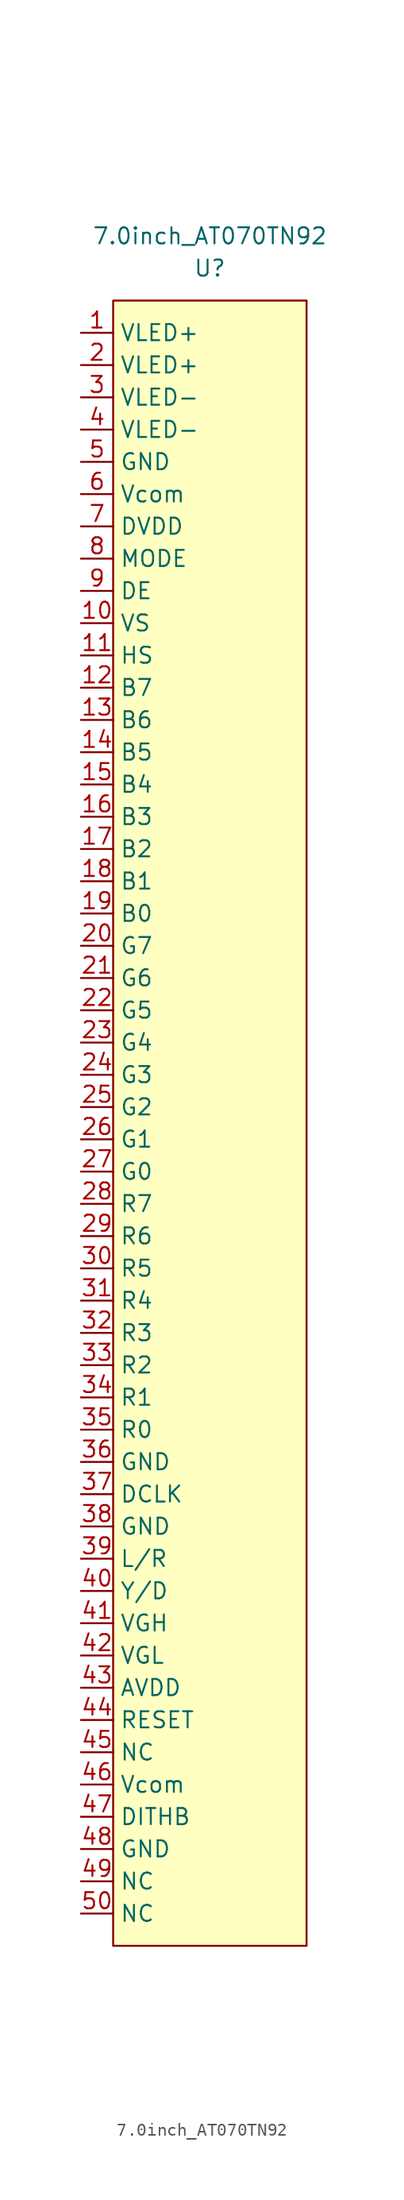
<source format=kicad_sym>
(kicad_symbol_lib
  (version 20220914)
  (generator kicad_symbol_editor)
  (symbol "7.0inch_AT070TN92"
    (property "Reference" "U"
      (at 10.16 5.08 0)
      (effects (font (size 1.27 1.27))))
    (property "Value" "7.0inch_AT070TN92"
      (at 10.16 7.62 0)
      (effects (font (size 1.27 1.27))))
    (symbol "7.0inch_AT070TN92_0_0"
      (pin passive line (at 0 0 0) (length 2.54) (name "VLED+" (effects (font (size 1.27 1.27)))) (number "1" (effects (font (size 1.27 1.27)))))
      (pin passive line (at 0 -22.86 0) (length 2.54) (name "VS" (effects (font (size 1.27 1.27)))) (number "10" (effects (font (size 1.27 1.27)))))
      (pin passive line (at 0 -25.4 0) (length 2.54) (name "HS" (effects (font (size 1.27 1.27)))) (number "11" (effects (font (size 1.27 1.27)))))
      (pin passive line (at 0 -27.94 0) (length 2.54) (name "B7" (effects (font (size 1.27 1.27)))) (number "12" (effects (font (size 1.27 1.27)))))
      (pin passive line (at 0 -30.48 0) (length 2.54) (name "B6" (effects (font (size 1.27 1.27)))) (number "13" (effects (font (size 1.27 1.27)))))
      (pin passive line (at 0 -33.02 0) (length 2.54) (name "B5" (effects (font (size 1.27 1.27)))) (number "14" (effects (font (size 1.27 1.27)))))
      (pin passive line (at 0 -35.56 0) (length 2.54) (name "B4" (effects (font (size 1.27 1.27)))) (number "15" (effects (font (size 1.27 1.27)))))
      (pin passive line (at 0 -38.1 0) (length 2.54) (name "B3" (effects (font (size 1.27 1.27)))) (number "16" (effects (font (size 1.27 1.27)))))
      (pin passive line (at 0 -40.64 0) (length 2.54) (name "B2" (effects (font (size 1.27 1.27)))) (number "17" (effects (font (size 1.27 1.27)))))
      (pin passive line (at 0 -43.18 0) (length 2.54) (name "B1" (effects (font (size 1.27 1.27)))) (number "18" (effects (font (size 1.27 1.27)))))
      (pin passive line (at 0 -45.72 0) (length 2.54) (name "B0" (effects (font (size 1.27 1.27)))) (number "19" (effects (font (size 1.27 1.27)))))
      (pin passive line (at 0 -2.54 0) (length 2.54) (name "VLED+" (effects (font (size 1.27 1.27)))) (number "2" (effects (font (size 1.27 1.27)))))
      (pin passive line (at 0 -48.26 0) (length 2.54) (name "G7" (effects (font (size 1.27 1.27)))) (number "20" (effects (font (size 1.27 1.27)))))
      (pin passive line (at 0 -50.8 0) (length 2.54) (name "G6" (effects (font (size 1.27 1.27)))) (number "21" (effects (font (size 1.27 1.27)))))
      (pin passive line (at 0 -53.34 0) (length 2.54) (name "G5" (effects (font (size 1.27 1.27)))) (number "22" (effects (font (size 1.27 1.27)))))
      (pin passive line (at 0 -55.88 0) (length 2.54) (name "G4" (effects (font (size 1.27 1.27)))) (number "23" (effects (font (size 1.27 1.27)))))
      (pin passive line (at 0 -58.42 0) (length 2.54) (name "G3" (effects (font (size 1.27 1.27)))) (number "24" (effects (font (size 1.27 1.27)))))
      (pin passive line (at 0 -60.96 0) (length 2.54) (name "G2" (effects (font (size 1.27 1.27)))) (number "25" (effects (font (size 1.27 1.27)))))
      (pin passive line (at 0 -63.5 0) (length 2.54) (name "G1" (effects (font (size 1.27 1.27)))) (number "26" (effects (font (size 1.27 1.27)))))
      (pin passive line (at 0 -66.04 0) (length 2.54) (name "G0" (effects (font (size 1.27 1.27)))) (number "27" (effects (font (size 1.27 1.27)))))
      (pin passive line (at 0 -68.58 0) (length 2.54) (name "R7" (effects (font (size 1.27 1.27)))) (number "28" (effects (font (size 1.27 1.27)))))
      (pin passive line (at 0 -71.12 0) (length 2.54) (name "R6" (effects (font (size 1.27 1.27)))) (number "29" (effects (font (size 1.27 1.27)))))
      (pin passive line (at 0 -5.08 0) (length 2.54) (name "VLED-" (effects (font (size 1.27 1.27)))) (number "3" (effects (font (size 1.27 1.27)))))
      (pin passive line (at 0 -73.66 0) (length 2.54) (name "R5" (effects (font (size 1.27 1.27)))) (number "30" (effects (font (size 1.27 1.27)))))
      (pin passive line (at 0 -76.2 0) (length 2.54) (name "R4" (effects (font (size 1.27 1.27)))) (number "31" (effects (font (size 1.27 1.27)))))
      (pin passive line (at 0 -78.74 0) (length 2.54) (name "R3" (effects (font (size 1.27 1.27)))) (number "32" (effects (font (size 1.27 1.27)))))
      (pin passive line (at 0 -81.28 0) (length 2.54) (name "R2" (effects (font (size 1.27 1.27)))) (number "33" (effects (font (size 1.27 1.27)))))
      (pin passive line (at 0 -83.82 0) (length 2.54) (name "R1" (effects (font (size 1.27 1.27)))) (number "34" (effects (font (size 1.27 1.27)))))
      (pin passive line (at 0 -86.36 0) (length 2.54) (name "R0" (effects (font (size 1.27 1.27)))) (number "35" (effects (font (size 1.27 1.27)))))
      (pin passive line (at 0 -88.9 0) (length 2.54) (name "GND" (effects (font (size 1.27 1.27)))) (number "36" (effects (font (size 1.27 1.27)))))
      (pin passive line (at 0 -91.44 0) (length 2.54) (name "DCLK" (effects (font (size 1.27 1.27)))) (number "37" (effects (font (size 1.27 1.27)))))
      (pin passive line (at 0 -93.98 0) (length 2.54) (name "GND" (effects (font (size 1.27 1.27)))) (number "38" (effects (font (size 1.27 1.27)))))
      (pin passive line (at 0 -96.52 0) (length 2.54) (name "L/R" (effects (font (size 1.27 1.27)))) (number "39" (effects (font (size 1.27 1.27)))))
      (pin passive line (at 0 -7.62 0) (length 2.54) (name "VLED-" (effects (font (size 1.27 1.27)))) (number "4" (effects (font (size 1.27 1.27)))))
      (pin passive line (at 0 -99.06 0) (length 2.54) (name "Y/D" (effects (font (size 1.27 1.27)))) (number "40" (effects (font (size 1.27 1.27)))))
      (pin passive line (at 0 -101.6 0) (length 2.54) (name "VGH" (effects (font (size 1.27 1.27)))) (number "41" (effects (font (size 1.27 1.27)))))
      (pin passive line (at 0 -104.14 0) (length 2.54) (name "VGL" (effects (font (size 1.27 1.27)))) (number "42" (effects (font (size 1.27 1.27)))))
      (pin passive line (at 0 -106.68 0) (length 2.54) (name "AVDD" (effects (font (size 1.27 1.27)))) (number "43" (effects (font (size 1.27 1.27)))))
      (pin passive line (at 0 -109.22 0) (length 2.54) (name "RESET" (effects (font (size 1.27 1.27)))) (number "44" (effects (font (size 1.27 1.27)))))
      (pin passive line (at 0 -111.76 0) (length 2.54) (name "NC" (effects (font (size 1.27 1.27)))) (number "45" (effects (font (size 1.27 1.27)))))
      (pin passive line (at 0 -114.3 0) (length 2.54) (name "Vcom" (effects (font (size 1.27 1.27)))) (number "46" (effects (font (size 1.27 1.27)))))
      (pin passive line (at 0 -116.84 0) (length 2.54) (name "DITHB" (effects (font (size 1.27 1.27)))) (number "47" (effects (font (size 1.27 1.27)))))
      (pin passive line (at 0 -119.38 0) (length 2.54) (name "GND" (effects (font (size 1.27 1.27)))) (number "48" (effects (font (size 1.27 1.27)))))
      (pin passive line (at 0 -121.92 0) (length 2.54) (name "NC" (effects (font (size 1.27 1.27)))) (number "49" (effects (font (size 1.27 1.27)))))
      (pin passive line (at 0 -10.16 0) (length 2.54) (name "GND" (effects (font (size 1.27 1.27)))) (number "5" (effects (font (size 1.27 1.27)))))
      (pin passive line (at 0 -124.46 0) (length 2.54) (name "NC" (effects (font (size 1.27 1.27)))) (number "50" (effects (font (size 1.27 1.27)))))
      (pin passive line (at 0 -12.7 0) (length 2.54) (name "Vcom" (effects (font (size 1.27 1.27)))) (number "6" (effects (font (size 1.27 1.27)))))
      (pin passive line (at 0 -15.24 0) (length 2.54) (name "DVDD" (effects (font (size 1.27 1.27)))) (number "7" (effects (font (size 1.27 1.27)))))
      (pin passive line (at 0 -17.78 0) (length 2.54) (name "MODE" (effects (font (size 1.27 1.27)))) (number "8" (effects (font (size 1.27 1.27)))))
      (pin passive line (at 0 -20.32 0) (length 2.54) (name "DE" (effects (font (size 1.27 1.27)))) (number "9" (effects (font (size 1.27 1.27))))))
    (symbol "7.0inch_AT070TN92_0_1"
      (rectangle (start 2.54 2.54) (end 17.78 -127) (stroke (width 0) (type default)) (fill (type background))))))
</source>
